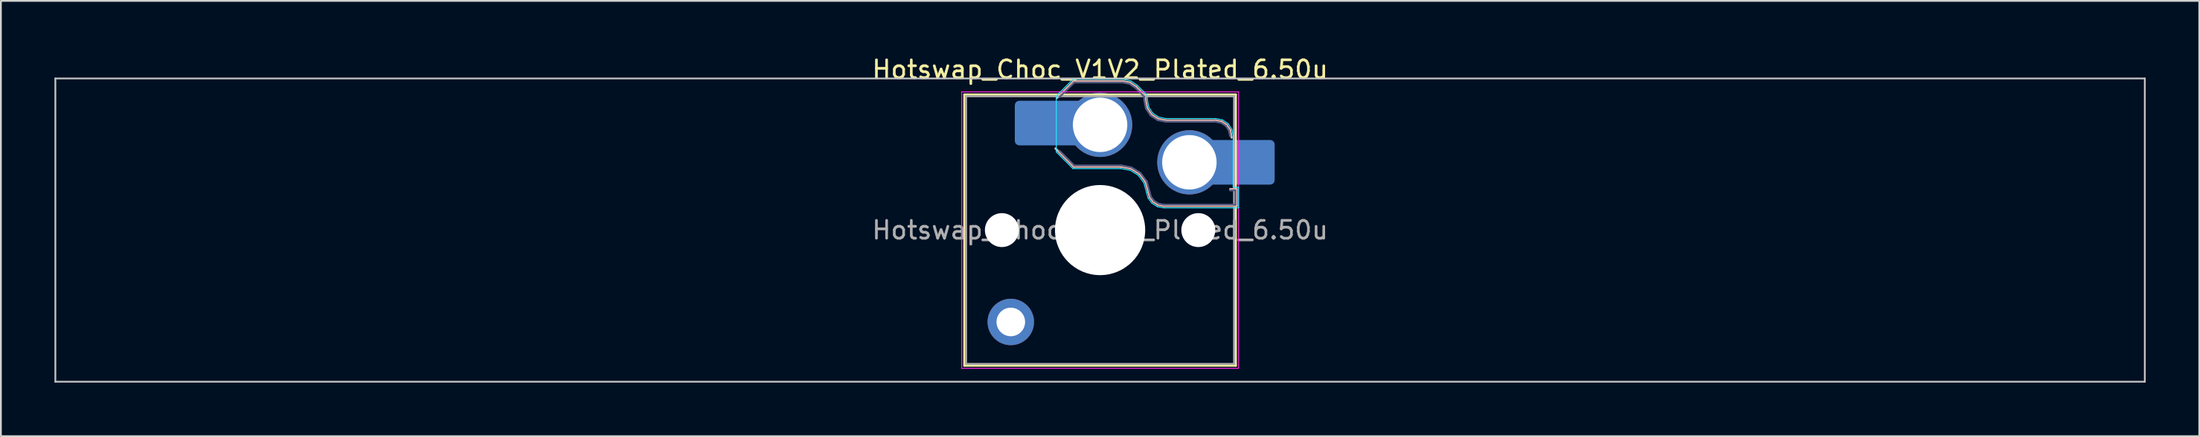
<source format=kicad_pcb>
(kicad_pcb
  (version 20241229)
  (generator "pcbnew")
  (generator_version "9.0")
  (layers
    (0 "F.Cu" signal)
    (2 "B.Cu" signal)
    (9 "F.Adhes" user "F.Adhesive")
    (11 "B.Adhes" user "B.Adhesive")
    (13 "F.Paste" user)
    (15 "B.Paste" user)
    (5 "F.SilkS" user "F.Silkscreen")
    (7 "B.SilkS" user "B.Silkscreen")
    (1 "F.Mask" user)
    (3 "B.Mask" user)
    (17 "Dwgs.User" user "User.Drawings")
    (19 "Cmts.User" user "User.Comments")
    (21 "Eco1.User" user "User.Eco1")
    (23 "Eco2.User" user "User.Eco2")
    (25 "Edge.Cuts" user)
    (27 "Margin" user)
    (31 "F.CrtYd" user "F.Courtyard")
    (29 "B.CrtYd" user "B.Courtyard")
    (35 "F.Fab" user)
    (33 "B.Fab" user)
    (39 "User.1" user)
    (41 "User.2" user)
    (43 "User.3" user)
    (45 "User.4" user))
  (footprint "Hotswap_Choc_V1V2_Plated_6.50u"
    (layer "F.Cu")
    (at 58.55 9.848)
    (property "Reference" "Hotswap_Choc_V1V2_Plated_6.50u" (at 0 -9 0) (layer "F.SilkS") (effects (font (size 1 1) (thickness 0.15))))
    (attr smd allow_soldermask_bridges)
    (fp_line (start -7.6 -7.6) (end -7.6 7.6) (stroke (width 0.12) (type solid)) (layer "F.SilkS"))
    (fp_line (start -7.6 7.6) (end 7.6 7.6) (stroke (width 0.12) (type solid)) (layer "F.SilkS"))
    (fp_line (start 7.6 -7.6) (end -7.6 -7.6) (stroke (width 0.12) (type solid)) (layer "F.SilkS"))
    (fp_line (start 7.6 7.6) (end 7.6 -7.6) (stroke (width 0.12) (type solid)) (layer "F.SilkS"))
    (fp_line (start -2.416 -7.409) (end -1.479 -8.346) (stroke (width 0.12) (type solid)) (layer "B.SilkS"))
    (fp_line (start -1.479 -8.346) (end 1.268 -8.346) (stroke (width 0.12) (type solid)) (layer "B.SilkS"))
    (fp_line (start -1.479 -3.554) (end -2.5 -4.575) (stroke (width 0.12) (type solid)) (layer "B.SilkS"))
    (fp_line (start 1.168 -3.554) (end -1.479 -3.554) (stroke (width 0.12) (type solid)) (layer "B.SilkS"))
    (fp_line (start 1.268 -8.346) (end 1.671 -8.266) (stroke (width 0.12) (type solid)) (layer "B.SilkS"))
    (fp_line (start 1.671 -8.266) (end 2.013 -8.037) (stroke (width 0.12) (type solid)) (layer "B.SilkS"))
    (fp_line (start 1.73 -3.449) (end 1.168 -3.554) (stroke (width 0.12) (type solid)) (layer "B.SilkS"))
    (fp_line (start 2.013 -8.037) (end 2.546 -7.504) (stroke (width 0.12) (type solid)) (layer "B.SilkS"))
    (fp_line (start 2.209 -3.15) (end 1.73 -3.449) (stroke (width 0.12) (type solid)) (layer "B.SilkS"))
    (fp_line (start 2.546 -7.504) (end 2.546 -7.282) (stroke (width 0.12) (type solid)) (layer "B.SilkS"))
    (fp_line (start 2.546 -7.282) (end 2.633 -6.844) (stroke (width 0.12) (type solid)) (layer "B.SilkS"))
    (fp_line (start 2.547 -2.697) (end 2.209 -3.15) (stroke (width 0.12) (type solid)) (layer "B.SilkS"))
    (fp_line (start 2.633 -6.844) (end 2.877 -6.477) (stroke (width 0.12) (type solid)) (layer "B.SilkS"))
    (fp_line (start 2.701 -2.139) (end 2.547 -2.697) (stroke (width 0.12) (type solid)) (layer "B.SilkS"))
    (fp_line (start 2.783 -1.841) (end 2.701 -2.139) (stroke (width 0.12) (type solid)) (layer "B.SilkS"))
    (fp_line (start 2.877 -6.477) (end 3.244 -6.233) (stroke (width 0.12) (type solid)) (layer "B.SilkS"))
    (fp_line (start 2.976 -1.583) (end 2.783 -1.841) (stroke (width 0.12) (type solid)) (layer "B.SilkS"))
    (fp_line (start 3.244 -6.233) (end 3.682 -6.146) (stroke (width 0.12) (type solid)) (layer "B.SilkS"))
    (fp_line (start 3.25 -1.413) (end 2.976 -1.583) (stroke (width 0.12) (type solid)) (layer "B.SilkS"))
    (fp_line (start 3.56 -1.354) (end 3.25 -1.413) (stroke (width 0.12) (type solid)) (layer "B.SilkS"))
    (fp_line (start 3.682 -6.146) (end 6.482 -6.146) (stroke (width 0.12) (type solid)) (layer "B.SilkS"))
    (fp_line (start 6.482 -6.146) (end 6.809 -6.081) (stroke (width 0.12) (type solid)) (layer "B.SilkS"))
    (fp_line (start 6.809 -6.081) (end 7.092 -5.892) (stroke (width 0.12) (type solid)) (layer "B.SilkS"))
    (fp_line (start 7.092 -5.892) (end 7.281 -5.609) (stroke (width 0.12) (type solid)) (layer "B.SilkS"))
    (fp_line (start 7.281 -5.609) (end 7.366 -5.182) (stroke (width 0.12) (type solid)) (layer "B.SilkS"))
    (fp_line (start 7.283 -2.296) (end 7.646 -2.296) (stroke (width 0.12) (type solid)) (layer "B.SilkS"))
    (fp_line (start 7.646 -2.296) (end 7.646 -1.354) (stroke (width 0.12) (type solid)) (layer "B.SilkS"))
    (fp_line (start 7.646 -1.354) (end 3.56 -1.354) (stroke (width 0.12) (type solid)) (layer "B.SilkS"))
    (fp_line (start -58.5 -8.5) (end -58.5 8.5) (stroke (width 0.1) (type solid)) (layer "Dwgs.User"))
    (fp_line (start -58.5 8.5) (end 58.5 8.5) (stroke (width 0.1) (type solid)) (layer "Dwgs.User"))
    (fp_line (start 58.5 -8.5) (end -58.5 -8.5) (stroke (width 0.1) (type solid)) (layer "Dwgs.User"))
    (fp_line (start 58.5 8.5) (end 58.5 -8.5) (stroke (width 0.1) (type solid)) (layer "Dwgs.User"))
    (fp_line (start -7.25 -7.25) (end -7.25 7.25) (stroke (width 0.1) (type solid)) (layer "Eco1.User"))
    (fp_line (start -7.25 7.25) (end 7.25 7.25) (stroke (width 0.1) (type solid)) (layer "Eco1.User"))
    (fp_line (start 7.25 -7.25) (end -7.25 -7.25) (stroke (width 0.1) (type solid)) (layer "Eco1.User"))
    (fp_line (start 7.25 7.25) (end 7.25 -7.25) (stroke (width 0.1) (type solid)) (layer "Eco1.User"))
    (fp_line (start -2.452 -7.523) (end -1.523 -8.452) (stroke (width 0.05) (type solid)) (layer "B.CrtYd"))
    (fp_line (start -2.452 -4.377) (end -2.452 -7.523) (stroke (width 0.05) (type solid)) (layer "B.CrtYd"))
    (fp_line (start -1.523 -8.452) (end 1.278 -8.452) (stroke (width 0.05) (type solid)) (layer "B.CrtYd"))
    (fp_line (start -1.523 -3.448) (end -2.452 -4.377) (stroke (width 0.05) (type solid)) (layer "B.CrtYd"))
    (fp_line (start 1.159 -3.448) (end -1.523 -3.448) (stroke (width 0.05) (type solid)) (layer "B.CrtYd"))
    (fp_line (start 1.278 -8.452) (end 1.712 -8.366) (stroke (width 0.05) (type solid)) (layer "B.CrtYd"))
    (fp_line (start 1.691 -3.348) (end 1.159 -3.448) (stroke (width 0.05) (type solid)) (layer "B.CrtYd"))
    (fp_line (start 1.712 -8.366) (end 2.081 -8.119) (stroke (width 0.05) (type solid)) (layer "B.CrtYd"))
    (fp_line (start 2.081 -8.119) (end 2.652 -7.548) (stroke (width 0.05) (type solid)) (layer "B.CrtYd"))
    (fp_line (start 2.136 -3.071) (end 1.691 -3.348) (stroke (width 0.05) (type solid)) (layer "B.CrtYd"))
    (fp_line (start 2.45 -2.65) (end 2.136 -3.071) (stroke (width 0.05) (type solid)) (layer "B.CrtYd"))
    (fp_line (start 2.599 -2.111) (end 2.45 -2.65) (stroke (width 0.05) (type solid)) (layer "B.CrtYd"))
    (fp_line (start 2.652 -7.548) (end 2.652 -7.292) (stroke (width 0.05) (type solid)) (layer "B.CrtYd"))
    (fp_line (start 2.652 -7.292) (end 2.733 -6.885) (stroke (width 0.05) (type solid)) (layer "B.CrtYd"))
    (fp_line (start 2.687 -1.794) (end 2.599 -2.111) (stroke (width 0.05) (type solid)) (layer "B.CrtYd"))
    (fp_line (start 2.733 -6.885) (end 2.953 -6.553) (stroke (width 0.05) (type solid)) (layer "B.CrtYd"))
    (fp_line (start 2.903 -1.503) (end 2.687 -1.794) (stroke (width 0.05) (type solid)) (layer "B.CrtYd"))
    (fp_line (start 2.953 -6.553) (end 3.285 -6.333) (stroke (width 0.05) (type solid)) (layer "B.CrtYd"))
    (fp_line (start 3.211 -1.312) (end 2.903 -1.503) (stroke (width 0.05) (type solid)) (layer "B.CrtYd"))
    (fp_line (start 3.285 -6.333) (end 3.692 -6.252) (stroke (width 0.05) (type solid)) (layer "B.CrtYd"))
    (fp_line (start 3.55 -1.248) (end 3.211 -1.312) (stroke (width 0.05) (type solid)) (layer "B.CrtYd"))
    (fp_line (start 3.692 -6.252) (end 6.492 -6.252) (stroke (width 0.05) (type solid)) (layer "B.CrtYd"))
    (fp_line (start 6.492 -6.252) (end 6.85 -6.181) (stroke (width 0.05) (type solid)) (layer "B.CrtYd"))
    (fp_line (start 6.85 -6.181) (end 7.168 -5.968) (stroke (width 0.05) (type solid)) (layer "B.CrtYd"))
    (fp_line (start 7.168 -5.968) (end 7.381 -5.65) (stroke (width 0.05) (type solid)) (layer "B.CrtYd"))
    (fp_line (start 7.381 -5.65) (end 7.452 -5.292) (stroke (width 0.05) (type solid)) (layer "B.CrtYd"))
    (fp_line (start 7.452 -5.292) (end 7.452 -2.402) (stroke (width 0.05) (type solid)) (layer "B.CrtYd"))
    (fp_line (start 7.452 -2.402) (end 7.752 -2.402) (stroke (width 0.05) (type solid)) (layer "B.CrtYd"))
    (fp_line (start 7.752 -2.402) (end 7.752 -1.248) (stroke (width 0.05) (type solid)) (layer "B.CrtYd"))
    (fp_line (start 7.752 -1.248) (end 3.55 -1.248) (stroke (width 0.05) (type solid)) (layer "B.CrtYd"))
    (fp_line (start -7.75 -7.75) (end -7.75 7.75) (stroke (width 0.05) (type solid)) (layer "F.CrtYd"))
    (fp_line (start -7.75 7.75) (end 7.75 7.75) (stroke (width 0.05) (type solid)) (layer "F.CrtYd"))
    (fp_line (start 7.75 -7.75) (end -7.75 -7.75) (stroke (width 0.05) (type solid)) (layer "F.CrtYd"))
    (fp_line (start 7.75 7.75) (end 7.75 -7.75) (stroke (width 0.05) (type solid)) (layer "F.CrtYd"))
    (fp_line (start -2.275 -7.45) (end -1.45 -8.275) (stroke (width 0.1) (type solid)) (layer "B.Fab"))
    (fp_line (start -1.45 -8.275) (end 1.261 -8.275) (stroke (width 0.1) (type solid)) (layer "B.Fab"))
    (fp_line (start -1.45 -3.625) (end -2.275 -4.45) (stroke (width 0.1) (type solid)) (layer "B.Fab"))
    (fp_line (start 1.175 -3.625) (end -1.45 -3.625) (stroke (width 0.1) (type solid)) (layer "B.Fab"))
    (fp_line (start 1.261 -8.275) (end 1.643 -8.199) (stroke (width 0.1) (type solid)) (layer "B.Fab"))
    (fp_line (start 1.643 -8.199) (end 1.968 -7.982) (stroke (width 0.1) (type solid)) (layer "B.Fab"))
    (fp_line (start 1.756 -3.516) (end 1.175 -3.625) (stroke (width 0.1) (type solid)) (layer "B.Fab"))
    (fp_line (start 1.968 -7.982) (end 2.475 -7.475) (stroke (width 0.1) (type solid)) (layer "B.Fab"))
    (fp_line (start 2.258 -3.203) (end 1.756 -3.516) (stroke (width 0.1) (type solid)) (layer "B.Fab"))
    (fp_line (start 2.475 -7.475) (end 2.475 -7.275) (stroke (width 0.1) (type solid)) (layer "B.Fab"))
    (fp_line (start 2.475 -7.275) (end 2.566 -6.816) (stroke (width 0.1) (type solid)) (layer "B.Fab"))
    (fp_line (start 2.566 -6.816) (end 2.826 -6.426) (stroke (width 0.1) (type solid)) (layer "B.Fab"))
    (fp_line (start 2.612 -2.729) (end 2.258 -3.203) (stroke (width 0.1) (type solid)) (layer "B.Fab"))
    (fp_line (start 2.769 -2.158) (end 2.612 -2.729) (stroke (width 0.1) (type solid)) (layer "B.Fab"))
    (fp_line (start 2.826 -6.426) (end 3.216 -6.166) (stroke (width 0.1) (type solid)) (layer "B.Fab"))
    (fp_line (start 2.848 -1.873) (end 2.769 -2.158) (stroke (width 0.1) (type solid)) (layer "B.Fab"))
    (fp_line (start 3.025 -1.636) (end 2.848 -1.873) (stroke (width 0.1) (type solid)) (layer "B.Fab"))
    (fp_line (start 3.216 -6.166) (end 3.675 -6.075) (stroke (width 0.1) (type solid)) (layer "B.Fab"))
    (fp_line (start 3.276 -1.48) (end 3.025 -1.636) (stroke (width 0.1) (type solid)) (layer "B.Fab"))
    (fp_line (start 3.567 -1.425) (end 3.276 -1.48) (stroke (width 0.1) (type solid)) (layer "B.Fab"))
    (fp_line (start 3.675 -6.075) (end 6.475 -6.075) (stroke (width 0.1) (type solid)) (layer "B.Fab"))
    (fp_line (start 6.475 -6.075) (end 6.781 -6.014) (stroke (width 0.1) (type solid)) (layer "B.Fab"))
    (fp_line (start 6.781 -6.014) (end 7.041 -5.841) (stroke (width 0.1) (type solid)) (layer "B.Fab"))
    (fp_line (start 7.041 -5.841) (end 7.214 -5.581) (stroke (width 0.1) (type solid)) (layer "B.Fab"))
    (fp_line (start 7.214 -5.581) (end 7.275 -5.275) (stroke (width 0.1) (type solid)) (layer "B.Fab"))
    (fp_line (start 7.275 -2.225) (end 7.575 -2.225) (stroke (width 0.1) (type solid)) (layer "B.Fab"))
    (fp_line (start 7.575 -2.225) (end 7.575 -1.425) (stroke (width 0.1) (type solid)) (layer "B.Fab"))
    (fp_line (start 7.575 -1.425) (end 3.567 -1.425) (stroke (width 0.1) (type solid)) (layer "B.Fab"))
    (fp_line (start -7.5 -7.5) (end -7.5 7.5) (stroke (width 0.1) (type solid)) (layer "F.Fab"))
    (fp_line (start -7.5 7.5) (end 7.5 7.5) (stroke (width 0.1) (type solid)) (layer "F.Fab"))
    (fp_line (start 7.5 -7.5) (end -7.5 -7.5) (stroke (width 0.1) (type solid)) (layer "F.Fab"))
    (fp_line (start 7.5 7.5) (end 7.5 -7.5) (stroke (width 0.1) (type solid)) (layer "F.Fab"))
    (fp_text user "${REFERENCE}" (at 0 0 0) (layer "F.Fab") (effects (font (size 1 1) (thickness 0.15))))
    (pad "" np_thru_hole circle (at -5.5 0) (size 1.9 1.9) (drill 1.9) (layers "*.Cu" "*.Mask"))
    (pad "" thru_hole circle (at -5 5.15) (size 2.6 2.6) (drill 1.6) (layers "*.Cu" "*.Mask"))
    (pad "" smd roundrect (at -3.5 -6) (size 2.55 2.5) (layers "B.Mask" "B.Paste") (roundrect_rratio 0.1))
    (pad "" np_thru_hole circle (at 0 0) (size 5.05 5.05) (drill 5.05) (layers "*.Cu" "*.Mask"))
    (pad "" np_thru_hole circle (at 5.5 0) (size 1.9 1.9) (drill 1.9) (layers "*.Cu" "*.Mask"))
    (pad "" smd roundrect (at 8.5 -3.8) (size 2.55 2.5) (layers "B.Mask" "B.Paste") (roundrect_rratio 0.1))
    (pad "1" smd roundrect (at -2.85 -6) (size 3.85 2.5) (layers "B.Cu") (roundrect_rratio 0.1))
    (pad "1" thru_hole circle (at 0 -5.9) (size 3.6 3.6) (drill 3.05) (layers "*.Cu" "*.Mask"))
    (pad "2" thru_hole circle (at 5 -3.8) (size 3.6 3.6) (drill 3.05) (layers "*.Cu" "*.Mask"))
    (pad "2" smd roundrect (at 7.85 -3.8) (size 3.85 2.5) (layers "B.Cu") (roundrect_rratio 0.1)))
  (gr_rect
    (start -3 -3)
    (end 120.1 21.398)
    (stroke (width 0.1) (type default))
    (fill no)
    (layer "Edge.Cuts")))
</source>
